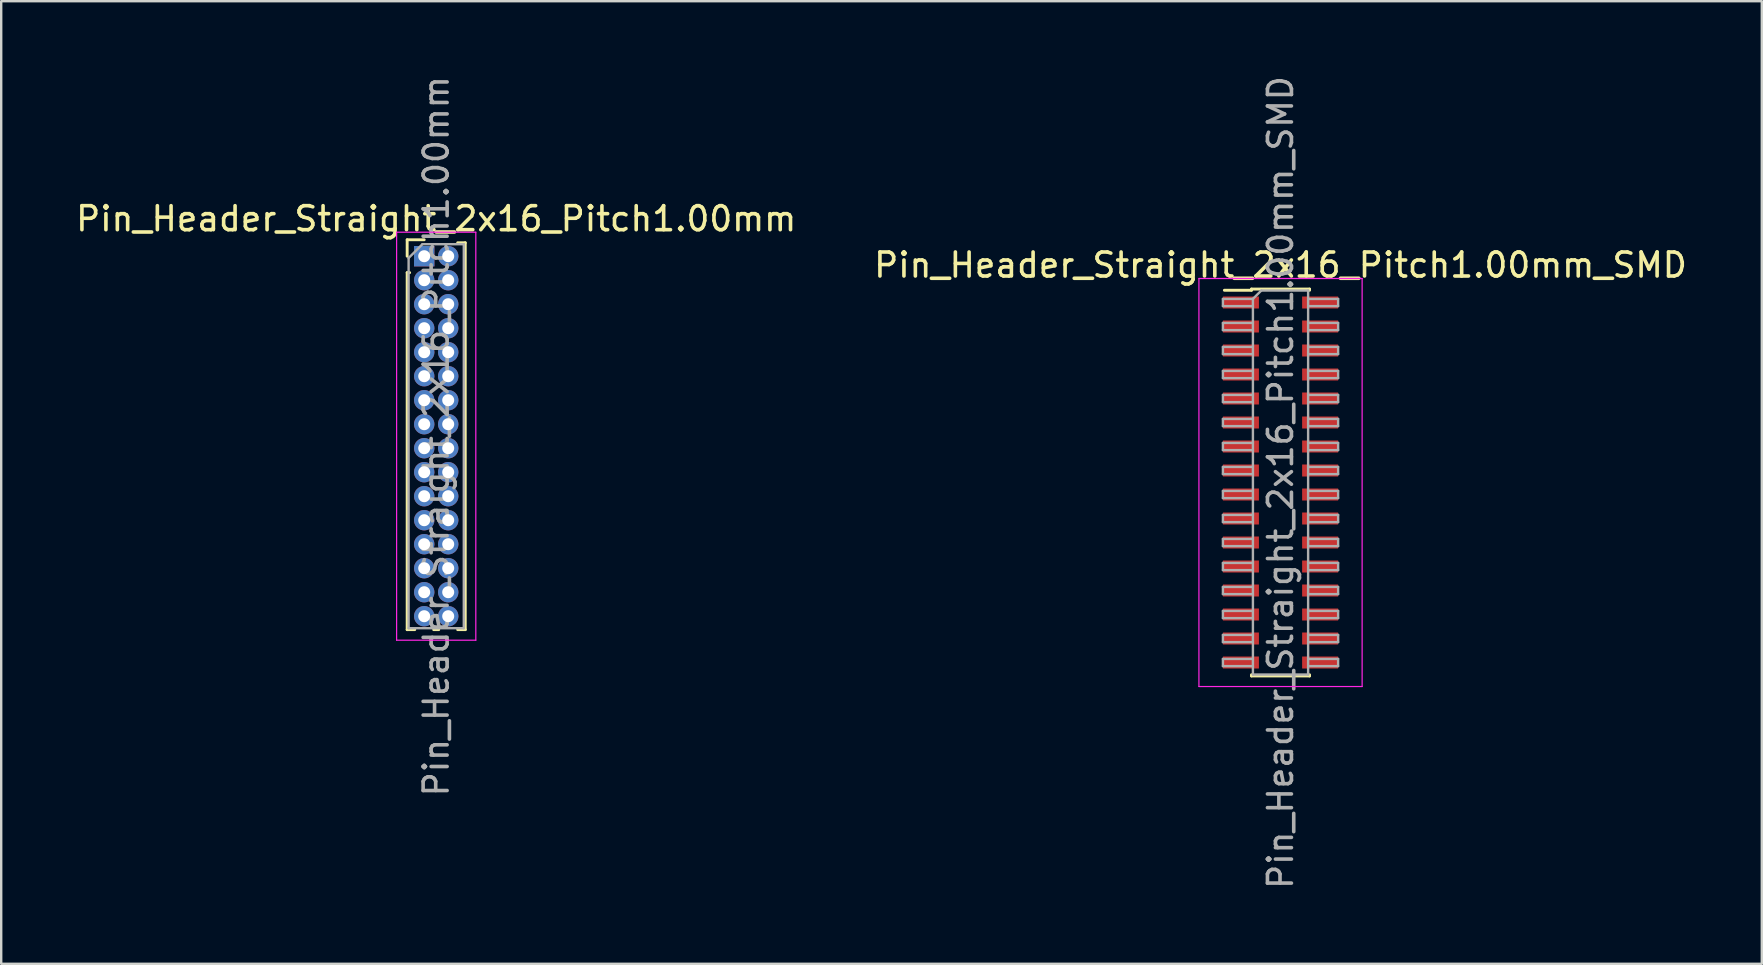
<source format=kicad_pcb>
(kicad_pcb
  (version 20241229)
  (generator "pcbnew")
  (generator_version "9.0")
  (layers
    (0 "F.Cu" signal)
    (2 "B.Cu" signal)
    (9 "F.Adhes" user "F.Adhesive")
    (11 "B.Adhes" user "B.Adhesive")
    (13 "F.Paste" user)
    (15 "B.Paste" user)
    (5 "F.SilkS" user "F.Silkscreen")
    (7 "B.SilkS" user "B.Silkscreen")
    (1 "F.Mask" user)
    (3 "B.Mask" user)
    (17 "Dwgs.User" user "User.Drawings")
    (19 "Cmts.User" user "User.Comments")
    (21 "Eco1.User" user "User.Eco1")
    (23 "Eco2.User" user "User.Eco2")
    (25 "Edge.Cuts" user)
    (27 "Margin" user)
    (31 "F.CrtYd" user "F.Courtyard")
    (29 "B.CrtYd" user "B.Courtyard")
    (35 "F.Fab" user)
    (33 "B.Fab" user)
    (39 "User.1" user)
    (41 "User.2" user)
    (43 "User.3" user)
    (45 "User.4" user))
  (footprint "Pin_Header_Straight_2x16_Pitch1.00mm"
    (layer "F.Cu")
    (at 14.625 7.625)
    (property "Reference" "Pin_Header_Straight_2x16_Pitch1.00mm" (at 0.5 -1.56 0) (layer "F.SilkS") (effects (font (size 1 1) (thickness 0.15))))
    (attr through_hole)
    (fp_line (start -0.71 -0.685) (end 0 -0.685) (stroke (width 0.12) (type solid)) (layer "F.SilkS"))
    (fp_line (start -0.71 0) (end -0.71 -0.685) (stroke (width 0.12) (type solid)) (layer "F.SilkS"))
    (fp_line (start -0.71 0.685) (end -0.71 15.56) (stroke (width 0.12) (type solid)) (layer "F.SilkS"))
    (fp_line (start -0.71 0.685) (end -0.608 0.685) (stroke (width 0.12) (type solid)) (layer "F.SilkS"))
    (fp_line (start -0.71 15.56) (end -0.394 15.56) (stroke (width 0.12) (type solid)) (layer "F.SilkS"))
    (fp_line (start 0.394 15.56) (end 0.606 15.56) (stroke (width 0.12) (type solid)) (layer "F.SilkS"))
    (fp_line (start 1.394 -0.56) (end 1.71 -0.56) (stroke (width 0.12) (type solid)) (layer "F.SilkS"))
    (fp_line (start 1.394 15.56) (end 1.71 15.56) (stroke (width 0.12) (type solid)) (layer "F.SilkS"))
    (fp_line (start 1.71 -0.56) (end 1.71 15.56) (stroke (width 0.12) (type solid)) (layer "F.SilkS"))
    (fp_line (start -1.15 -1) (end -1.15 16) (stroke (width 0.05) (type solid)) (layer "F.CrtYd"))
    (fp_line (start -1.15 16) (end 2.15 16) (stroke (width 0.05) (type solid)) (layer "F.CrtYd"))
    (fp_line (start 2.15 -1) (end -1.15 -1) (stroke (width 0.05) (type solid)) (layer "F.CrtYd"))
    (fp_line (start 2.15 16) (end 2.15 -1) (stroke (width 0.05) (type solid)) (layer "F.CrtYd"))
    (fp_line (start -0.65 0.075) (end -0.075 -0.5) (stroke (width 0.1) (type solid)) (layer "F.Fab"))
    (fp_line (start -0.65 15.5) (end -0.65 0.075) (stroke (width 0.1) (type solid)) (layer "F.Fab"))
    (fp_line (start -0.075 -0.5) (end 1.65 -0.5) (stroke (width 0.1) (type solid)) (layer "F.Fab"))
    (fp_line (start 1.65 -0.5) (end 1.65 15.5) (stroke (width 0.1) (type solid)) (layer "F.Fab"))
    (fp_line (start 1.65 15.5) (end -0.65 15.5) (stroke (width 0.1) (type solid)) (layer "F.Fab"))
    (fp_text user "${REFERENCE}" (at 0.5 7.5 90) (layer "F.Fab") (effects (font (size 1 1) (thickness 0.15))))
    (pad "1" thru_hole rect (at 0 0) (size 0.85 0.85) (drill 0.5) (layers "*.Cu" "*.Mask"))
    (pad "2" thru_hole oval (at 1 0) (size 0.85 0.85) (drill 0.5) (layers "*.Cu" "*.Mask"))
    (pad "3" thru_hole oval (at 0 1) (size 0.85 0.85) (drill 0.5) (layers "*.Cu" "*.Mask"))
    (pad "4" thru_hole oval (at 1 1) (size 0.85 0.85) (drill 0.5) (layers "*.Cu" "*.Mask"))
    (pad "5" thru_hole oval (at 0 2) (size 0.85 0.85) (drill 0.5) (layers "*.Cu" "*.Mask"))
    (pad "6" thru_hole oval (at 1 2) (size 0.85 0.85) (drill 0.5) (layers "*.Cu" "*.Mask"))
    (pad "7" thru_hole oval (at 0 3) (size 0.85 0.85) (drill 0.5) (layers "*.Cu" "*.Mask"))
    (pad "8" thru_hole oval (at 1 3) (size 0.85 0.85) (drill 0.5) (layers "*.Cu" "*.Mask"))
    (pad "9" thru_hole oval (at 0 4) (size 0.85 0.85) (drill 0.5) (layers "*.Cu" "*.Mask"))
    (pad "10" thru_hole oval (at 1 4) (size 0.85 0.85) (drill 0.5) (layers "*.Cu" "*.Mask"))
    (pad "11" thru_hole oval (at 0 5) (size 0.85 0.85) (drill 0.5) (layers "*.Cu" "*.Mask"))
    (pad "12" thru_hole oval (at 1 5) (size 0.85 0.85) (drill 0.5) (layers "*.Cu" "*.Mask"))
    (pad "13" thru_hole oval (at 0 6) (size 0.85 0.85) (drill 0.5) (layers "*.Cu" "*.Mask"))
    (pad "14" thru_hole oval (at 1 6) (size 0.85 0.85) (drill 0.5) (layers "*.Cu" "*.Mask"))
    (pad "15" thru_hole oval (at 0 7) (size 0.85 0.85) (drill 0.5) (layers "*.Cu" "*.Mask"))
    (pad "16" thru_hole oval (at 1 7) (size 0.85 0.85) (drill 0.5) (layers "*.Cu" "*.Mask"))
    (pad "17" thru_hole oval (at 0 8) (size 0.85 0.85) (drill 0.5) (layers "*.Cu" "*.Mask"))
    (pad "18" thru_hole oval (at 1 8) (size 0.85 0.85) (drill 0.5) (layers "*.Cu" "*.Mask"))
    (pad "19" thru_hole oval (at 0 9) (size 0.85 0.85) (drill 0.5) (layers "*.Cu" "*.Mask"))
    (pad "20" thru_hole oval (at 1 9) (size 0.85 0.85) (drill 0.5) (layers "*.Cu" "*.Mask"))
    (pad "21" thru_hole oval (at 0 10) (size 0.85 0.85) (drill 0.5) (layers "*.Cu" "*.Mask"))
    (pad "22" thru_hole oval (at 1 10) (size 0.85 0.85) (drill 0.5) (layers "*.Cu" "*.Mask"))
    (pad "23" thru_hole oval (at 0 11) (size 0.85 0.85) (drill 0.5) (layers "*.Cu" "*.Mask"))
    (pad "24" thru_hole oval (at 1 11) (size 0.85 0.85) (drill 0.5) (layers "*.Cu" "*.Mask"))
    (pad "25" thru_hole oval (at 0 12) (size 0.85 0.85) (drill 0.5) (layers "*.Cu" "*.Mask"))
    (pad "26" thru_hole oval (at 1 12) (size 0.85 0.85) (drill 0.5) (layers "*.Cu" "*.Mask"))
    (pad "27" thru_hole oval (at 0 13) (size 0.85 0.85) (drill 0.5) (layers "*.Cu" "*.Mask"))
    (pad "28" thru_hole oval (at 1 13) (size 0.85 0.85) (drill 0.5) (layers "*.Cu" "*.Mask"))
    (pad "29" thru_hole oval (at 0 14) (size 0.85 0.85) (drill 0.5) (layers "*.Cu" "*.Mask"))
    (pad "30" thru_hole oval (at 1 14) (size 0.85 0.85) (drill 0.5) (layers "*.Cu" "*.Mask"))
    (pad "31" thru_hole oval (at 0 15) (size 0.85 0.85) (drill 0.5) (layers "*.Cu" "*.Mask"))
    (pad "32" thru_hole oval (at 1 15) (size 0.85 0.85) (drill 0.5) (layers "*.Cu" "*.Mask")))
  (footprint "Pin_Header_Straight_2x16_Pitch1.00mm_SMD"
    (layer "F.Cu")
    (at 50.304 17.054)
    (property "Reference" "Pin_Header_Straight_2x16_Pitch1.00mm_SMD" (at 0 -9.06 0) (layer "F.SilkS") (effects (font (size 1 1) (thickness 0.15))))
    (attr smd)
    (fp_line (start -2.34 -8.01) (end -1.21 -8.01) (stroke (width 0.12) (type solid)) (layer "F.SilkS"))
    (fp_line (start -1.21 -8.06) (end -1.21 -8.01) (stroke (width 0.12) (type solid)) (layer "F.SilkS"))
    (fp_line (start -1.21 -8.06) (end 1.21 -8.06) (stroke (width 0.12) (type solid)) (layer "F.SilkS"))
    (fp_line (start -1.21 8.01) (end -1.21 8.06) (stroke (width 0.12) (type solid)) (layer "F.SilkS"))
    (fp_line (start -1.21 8.06) (end 1.21 8.06) (stroke (width 0.12) (type solid)) (layer "F.SilkS"))
    (fp_line (start 1.21 -8.06) (end 1.21 -8.01) (stroke (width 0.12) (type solid)) (layer "F.SilkS"))
    (fp_line (start 1.21 8.01) (end 1.21 8.06) (stroke (width 0.12) (type solid)) (layer "F.SilkS"))
    (fp_line (start -3.4 -8.5) (end -3.4 8.5) (stroke (width 0.05) (type solid)) (layer "F.CrtYd"))
    (fp_line (start -3.4 8.5) (end 3.4 8.5) (stroke (width 0.05) (type solid)) (layer "F.CrtYd"))
    (fp_line (start 3.4 -8.5) (end -3.4 -8.5) (stroke (width 0.05) (type solid)) (layer "F.CrtYd"))
    (fp_line (start 3.4 8.5) (end 3.4 -8.5) (stroke (width 0.05) (type solid)) (layer "F.CrtYd"))
    (fp_line (start -2.4 -7.65) (end -2.4 -7.35) (stroke (width 0.1) (type solid)) (layer "F.Fab"))
    (fp_line (start -2.4 -7.35) (end -1.15 -7.35) (stroke (width 0.1) (type solid)) (layer "F.Fab"))
    (fp_line (start -2.4 -6.65) (end -2.4 -6.35) (stroke (width 0.1) (type solid)) (layer "F.Fab"))
    (fp_line (start -2.4 -6.35) (end -1.15 -6.35) (stroke (width 0.1) (type solid)) (layer "F.Fab"))
    (fp_line (start -2.4 -5.65) (end -2.4 -5.35) (stroke (width 0.1) (type solid)) (layer "F.Fab"))
    (fp_line (start -2.4 -5.35) (end -1.15 -5.35) (stroke (width 0.1) (type solid)) (layer "F.Fab"))
    (fp_line (start -2.4 -4.65) (end -2.4 -4.35) (stroke (width 0.1) (type solid)) (layer "F.Fab"))
    (fp_line (start -2.4 -4.35) (end -1.15 -4.35) (stroke (width 0.1) (type solid)) (layer "F.Fab"))
    (fp_line (start -2.4 -3.65) (end -2.4 -3.35) (stroke (width 0.1) (type solid)) (layer "F.Fab"))
    (fp_line (start -2.4 -3.35) (end -1.15 -3.35) (stroke (width 0.1) (type solid)) (layer "F.Fab"))
    (fp_line (start -2.4 -2.65) (end -2.4 -2.35) (stroke (width 0.1) (type solid)) (layer "F.Fab"))
    (fp_line (start -2.4 -2.35) (end -1.15 -2.35) (stroke (width 0.1) (type solid)) (layer "F.Fab"))
    (fp_line (start -2.4 -1.65) (end -2.4 -1.35) (stroke (width 0.1) (type solid)) (layer "F.Fab"))
    (fp_line (start -2.4 -1.35) (end -1.15 -1.35) (stroke (width 0.1) (type solid)) (layer "F.Fab"))
    (fp_line (start -2.4 -0.65) (end -2.4 -0.35) (stroke (width 0.1) (type solid)) (layer "F.Fab"))
    (fp_line (start -2.4 -0.35) (end -1.15 -0.35) (stroke (width 0.1) (type solid)) (layer "F.Fab"))
    (fp_line (start -2.4 0.35) (end -2.4 0.65) (stroke (width 0.1) (type solid)) (layer "F.Fab"))
    (fp_line (start -2.4 0.65) (end -1.15 0.65) (stroke (width 0.1) (type solid)) (layer "F.Fab"))
    (fp_line (start -2.4 1.35) (end -2.4 1.65) (stroke (width 0.1) (type solid)) (layer "F.Fab"))
    (fp_line (start -2.4 1.65) (end -1.15 1.65) (stroke (width 0.1) (type solid)) (layer "F.Fab"))
    (fp_line (start -2.4 2.35) (end -2.4 2.65) (stroke (width 0.1) (type solid)) (layer "F.Fab"))
    (fp_line (start -2.4 2.65) (end -1.15 2.65) (stroke (width 0.1) (type solid)) (layer "F.Fab"))
    (fp_line (start -2.4 3.35) (end -2.4 3.65) (stroke (width 0.1) (type solid)) (layer "F.Fab"))
    (fp_line (start -2.4 3.65) (end -1.15 3.65) (stroke (width 0.1) (type solid)) (layer "F.Fab"))
    (fp_line (start -2.4 4.35) (end -2.4 4.65) (stroke (width 0.1) (type solid)) (layer "F.Fab"))
    (fp_line (start -2.4 4.65) (end -1.15 4.65) (stroke (width 0.1) (type solid)) (layer "F.Fab"))
    (fp_line (start -2.4 5.35) (end -2.4 5.65) (stroke (width 0.1) (type solid)) (layer "F.Fab"))
    (fp_line (start -2.4 5.65) (end -1.15 5.65) (stroke (width 0.1) (type solid)) (layer "F.Fab"))
    (fp_line (start -2.4 6.35) (end -2.4 6.65) (stroke (width 0.1) (type solid)) (layer "F.Fab"))
    (fp_line (start -2.4 6.65) (end -1.15 6.65) (stroke (width 0.1) (type solid)) (layer "F.Fab"))
    (fp_line (start -2.4 7.35) (end -2.4 7.65) (stroke (width 0.1) (type solid)) (layer "F.Fab"))
    (fp_line (start -2.4 7.65) (end -1.15 7.65) (stroke (width 0.1) (type solid)) (layer "F.Fab"))
    (fp_line (start -1.15 -7.65) (end -2.4 -7.65) (stroke (width 0.1) (type solid)) (layer "F.Fab"))
    (fp_line (start -1.15 -7.65) (end -0.8 -8) (stroke (width 0.1) (type solid)) (layer "F.Fab"))
    (fp_line (start -1.15 -6.65) (end -2.4 -6.65) (stroke (width 0.1) (type solid)) (layer "F.Fab"))
    (fp_line (start -1.15 -5.65) (end -2.4 -5.65) (stroke (width 0.1) (type solid)) (layer "F.Fab"))
    (fp_line (start -1.15 -4.65) (end -2.4 -4.65) (stroke (width 0.1) (type solid)) (layer "F.Fab"))
    (fp_line (start -1.15 -3.65) (end -2.4 -3.65) (stroke (width 0.1) (type solid)) (layer "F.Fab"))
    (fp_line (start -1.15 -2.65) (end -2.4 -2.65) (stroke (width 0.1) (type solid)) (layer "F.Fab"))
    (fp_line (start -1.15 -1.65) (end -2.4 -1.65) (stroke (width 0.1) (type solid)) (layer "F.Fab"))
    (fp_line (start -1.15 -0.65) (end -2.4 -0.65) (stroke (width 0.1) (type solid)) (layer "F.Fab"))
    (fp_line (start -1.15 0.35) (end -2.4 0.35) (stroke (width 0.1) (type solid)) (layer "F.Fab"))
    (fp_line (start -1.15 1.35) (end -2.4 1.35) (stroke (width 0.1) (type solid)) (layer "F.Fab"))
    (fp_line (start -1.15 2.35) (end -2.4 2.35) (stroke (width 0.1) (type solid)) (layer "F.Fab"))
    (fp_line (start -1.15 3.35) (end -2.4 3.35) (stroke (width 0.1) (type solid)) (layer "F.Fab"))
    (fp_line (start -1.15 4.35) (end -2.4 4.35) (stroke (width 0.1) (type solid)) (layer "F.Fab"))
    (fp_line (start -1.15 5.35) (end -2.4 5.35) (stroke (width 0.1) (type solid)) (layer "F.Fab"))
    (fp_line (start -1.15 6.35) (end -2.4 6.35) (stroke (width 0.1) (type solid)) (layer "F.Fab"))
    (fp_line (start -1.15 7.35) (end -2.4 7.35) (stroke (width 0.1) (type solid)) (layer "F.Fab"))
    (fp_line (start -1.15 8) (end -1.15 -7.65) (stroke (width 0.1) (type solid)) (layer "F.Fab"))
    (fp_line (start -0.8 -8) (end 1.15 -8) (stroke (width 0.1) (type solid)) (layer "F.Fab"))
    (fp_line (start 1.15 -8) (end 1.15 8) (stroke (width 0.1) (type solid)) (layer "F.Fab"))
    (fp_line (start 1.15 -7.65) (end 2.4 -7.65) (stroke (width 0.1) (type solid)) (layer "F.Fab"))
    (fp_line (start 1.15 -6.65) (end 2.4 -6.65) (stroke (width 0.1) (type solid)) (layer "F.Fab"))
    (fp_line (start 1.15 -5.65) (end 2.4 -5.65) (stroke (width 0.1) (type solid)) (layer "F.Fab"))
    (fp_line (start 1.15 -4.65) (end 2.4 -4.65) (stroke (width 0.1) (type solid)) (layer "F.Fab"))
    (fp_line (start 1.15 -3.65) (end 2.4 -3.65) (stroke (width 0.1) (type solid)) (layer "F.Fab"))
    (fp_line (start 1.15 -2.65) (end 2.4 -2.65) (stroke (width 0.1) (type solid)) (layer "F.Fab"))
    (fp_line (start 1.15 -1.65) (end 2.4 -1.65) (stroke (width 0.1) (type solid)) (layer "F.Fab"))
    (fp_line (start 1.15 -0.65) (end 2.4 -0.65) (stroke (width 0.1) (type solid)) (layer "F.Fab"))
    (fp_line (start 1.15 0.35) (end 2.4 0.35) (stroke (width 0.1) (type solid)) (layer "F.Fab"))
    (fp_line (start 1.15 1.35) (end 2.4 1.35) (stroke (width 0.1) (type solid)) (layer "F.Fab"))
    (fp_line (start 1.15 2.35) (end 2.4 2.35) (stroke (width 0.1) (type solid)) (layer "F.Fab"))
    (fp_line (start 1.15 3.35) (end 2.4 3.35) (stroke (width 0.1) (type solid)) (layer "F.Fab"))
    (fp_line (start 1.15 4.35) (end 2.4 4.35) (stroke (width 0.1) (type solid)) (layer "F.Fab"))
    (fp_line (start 1.15 5.35) (end 2.4 5.35) (stroke (width 0.1) (type solid)) (layer "F.Fab"))
    (fp_line (start 1.15 6.35) (end 2.4 6.35) (stroke (width 0.1) (type solid)) (layer "F.Fab"))
    (fp_line (start 1.15 7.35) (end 2.4 7.35) (stroke (width 0.1) (type solid)) (layer "F.Fab"))
    (fp_line (start 1.15 8) (end -1.15 8) (stroke (width 0.1) (type solid)) (layer "F.Fab"))
    (fp_line (start 2.4 -7.65) (end 2.4 -7.35) (stroke (width 0.1) (type solid)) (layer "F.Fab"))
    (fp_line (start 2.4 -7.35) (end 1.15 -7.35) (stroke (width 0.1) (type solid)) (layer "F.Fab"))
    (fp_line (start 2.4 -6.65) (end 2.4 -6.35) (stroke (width 0.1) (type solid)) (layer "F.Fab"))
    (fp_line (start 2.4 -6.35) (end 1.15 -6.35) (stroke (width 0.1) (type solid)) (layer "F.Fab"))
    (fp_line (start 2.4 -5.65) (end 2.4 -5.35) (stroke (width 0.1) (type solid)) (layer "F.Fab"))
    (fp_line (start 2.4 -5.35) (end 1.15 -5.35) (stroke (width 0.1) (type solid)) (layer "F.Fab"))
    (fp_line (start 2.4 -4.65) (end 2.4 -4.35) (stroke (width 0.1) (type solid)) (layer "F.Fab"))
    (fp_line (start 2.4 -4.35) (end 1.15 -4.35) (stroke (width 0.1) (type solid)) (layer "F.Fab"))
    (fp_line (start 2.4 -3.65) (end 2.4 -3.35) (stroke (width 0.1) (type solid)) (layer "F.Fab"))
    (fp_line (start 2.4 -3.35) (end 1.15 -3.35) (stroke (width 0.1) (type solid)) (layer "F.Fab"))
    (fp_line (start 2.4 -2.65) (end 2.4 -2.35) (stroke (width 0.1) (type solid)) (layer "F.Fab"))
    (fp_line (start 2.4 -2.35) (end 1.15 -2.35) (stroke (width 0.1) (type solid)) (layer "F.Fab"))
    (fp_line (start 2.4 -1.65) (end 2.4 -1.35) (stroke (width 0.1) (type solid)) (layer "F.Fab"))
    (fp_line (start 2.4 -1.35) (end 1.15 -1.35) (stroke (width 0.1) (type solid)) (layer "F.Fab"))
    (fp_line (start 2.4 -0.65) (end 2.4 -0.35) (stroke (width 0.1) (type solid)) (layer "F.Fab"))
    (fp_line (start 2.4 -0.35) (end 1.15 -0.35) (stroke (width 0.1) (type solid)) (layer "F.Fab"))
    (fp_line (start 2.4 0.35) (end 2.4 0.65) (stroke (width 0.1) (type solid)) (layer "F.Fab"))
    (fp_line (start 2.4 0.65) (end 1.15 0.65) (stroke (width 0.1) (type solid)) (layer "F.Fab"))
    (fp_line (start 2.4 1.35) (end 2.4 1.65) (stroke (width 0.1) (type solid)) (layer "F.Fab"))
    (fp_line (start 2.4 1.65) (end 1.15 1.65) (stroke (width 0.1) (type solid)) (layer "F.Fab"))
    (fp_line (start 2.4 2.35) (end 2.4 2.65) (stroke (width 0.1) (type solid)) (layer "F.Fab"))
    (fp_line (start 2.4 2.65) (end 1.15 2.65) (stroke (width 0.1) (type solid)) (layer "F.Fab"))
    (fp_line (start 2.4 3.35) (end 2.4 3.65) (stroke (width 0.1) (type solid)) (layer "F.Fab"))
    (fp_line (start 2.4 3.65) (end 1.15 3.65) (stroke (width 0.1) (type solid)) (layer "F.Fab"))
    (fp_line (start 2.4 4.35) (end 2.4 4.65) (stroke (width 0.1) (type solid)) (layer "F.Fab"))
    (fp_line (start 2.4 4.65) (end 1.15 4.65) (stroke (width 0.1) (type solid)) (layer "F.Fab"))
    (fp_line (start 2.4 5.35) (end 2.4 5.65) (stroke (width 0.1) (type solid)) (layer "F.Fab"))
    (fp_line (start 2.4 5.65) (end 1.15 5.65) (stroke (width 0.1) (type solid)) (layer "F.Fab"))
    (fp_line (start 2.4 6.35) (end 2.4 6.65) (stroke (width 0.1) (type solid)) (layer "F.Fab"))
    (fp_line (start 2.4 6.65) (end 1.15 6.65) (stroke (width 0.1) (type solid)) (layer "F.Fab"))
    (fp_line (start 2.4 7.35) (end 2.4 7.65) (stroke (width 0.1) (type solid)) (layer "F.Fab"))
    (fp_line (start 2.4 7.65) (end 1.15 7.65) (stroke (width 0.1) (type solid)) (layer "F.Fab"))
    (fp_text user "${REFERENCE}" (at 0 0 90) (layer "F.Fab") (effects (font (size 1 1) (thickness 0.15))))
    (pad "1" smd rect (at -1.65 -7.5) (size 1.5 0.5) (layers "F.Cu" "F.Mask" "F.Paste"))
    (pad "2" smd rect (at 1.65 -7.5) (size 1.5 0.5) (layers "F.Cu" "F.Mask" "F.Paste"))
    (pad "3" smd rect (at -1.65 -6.5) (size 1.5 0.5) (layers "F.Cu" "F.Mask" "F.Paste"))
    (pad "4" smd rect (at 1.65 -6.5) (size 1.5 0.5) (layers "F.Cu" "F.Mask" "F.Paste"))
    (pad "5" smd rect (at -1.65 -5.5) (size 1.5 0.5) (layers "F.Cu" "F.Mask" "F.Paste"))
    (pad "6" smd rect (at 1.65 -5.5) (size 1.5 0.5) (layers "F.Cu" "F.Mask" "F.Paste"))
    (pad "7" smd rect (at -1.65 -4.5) (size 1.5 0.5) (layers "F.Cu" "F.Mask" "F.Paste"))
    (pad "8" smd rect (at 1.65 -4.5) (size 1.5 0.5) (layers "F.Cu" "F.Mask" "F.Paste"))
    (pad "9" smd rect (at -1.65 -3.5) (size 1.5 0.5) (layers "F.Cu" "F.Mask" "F.Paste"))
    (pad "10" smd rect (at 1.65 -3.5) (size 1.5 0.5) (layers "F.Cu" "F.Mask" "F.Paste"))
    (pad "11" smd rect (at -1.65 -2.5) (size 1.5 0.5) (layers "F.Cu" "F.Mask" "F.Paste"))
    (pad "12" smd rect (at 1.65 -2.5) (size 1.5 0.5) (layers "F.Cu" "F.Mask" "F.Paste"))
    (pad "13" smd rect (at -1.65 -1.5) (size 1.5 0.5) (layers "F.Cu" "F.Mask" "F.Paste"))
    (pad "14" smd rect (at 1.65 -1.5) (size 1.5 0.5) (layers "F.Cu" "F.Mask" "F.Paste"))
    (pad "15" smd rect (at -1.65 -0.5) (size 1.5 0.5) (layers "F.Cu" "F.Mask" "F.Paste"))
    (pad "16" smd rect (at 1.65 -0.5) (size 1.5 0.5) (layers "F.Cu" "F.Mask" "F.Paste"))
    (pad "17" smd rect (at -1.65 0.5) (size 1.5 0.5) (layers "F.Cu" "F.Mask" "F.Paste"))
    (pad "18" smd rect (at 1.65 0.5) (size 1.5 0.5) (layers "F.Cu" "F.Mask" "F.Paste"))
    (pad "19" smd rect (at -1.65 1.5) (size 1.5 0.5) (layers "F.Cu" "F.Mask" "F.Paste"))
    (pad "20" smd rect (at 1.65 1.5) (size 1.5 0.5) (layers "F.Cu" "F.Mask" "F.Paste"))
    (pad "21" smd rect (at -1.65 2.5) (size 1.5 0.5) (layers "F.Cu" "F.Mask" "F.Paste"))
    (pad "22" smd rect (at 1.65 2.5) (size 1.5 0.5) (layers "F.Cu" "F.Mask" "F.Paste"))
    (pad "23" smd rect (at -1.65 3.5) (size 1.5 0.5) (layers "F.Cu" "F.Mask" "F.Paste"))
    (pad "24" smd rect (at 1.65 3.5) (size 1.5 0.5) (layers "F.Cu" "F.Mask" "F.Paste"))
    (pad "25" smd rect (at -1.65 4.5) (size 1.5 0.5) (layers "F.Cu" "F.Mask" "F.Paste"))
    (pad "26" smd rect (at 1.65 4.5) (size 1.5 0.5) (layers "F.Cu" "F.Mask" "F.Paste"))
    (pad "27" smd rect (at -1.65 5.5) (size 1.5 0.5) (layers "F.Cu" "F.Mask" "F.Paste"))
    (pad "28" smd rect (at 1.65 5.5) (size 1.5 0.5) (layers "F.Cu" "F.Mask" "F.Paste"))
    (pad "29" smd rect (at -1.65 6.5) (size 1.5 0.5) (layers "F.Cu" "F.Mask" "F.Paste"))
    (pad "30" smd rect (at 1.65 6.5) (size 1.5 0.5) (layers "F.Cu" "F.Mask" "F.Paste"))
    (pad "31" smd rect (at -1.65 7.5) (size 1.5 0.5) (layers "F.Cu" "F.Mask" "F.Paste"))
    (pad "32" smd rect (at 1.65 7.5) (size 1.5 0.5) (layers "F.Cu" "F.Mask" "F.Paste")))
  (gr_rect
    (start -3 -3)
    (end 70.357 37.107)
    (stroke (width 0.1) (type default))
    (fill no)
    (layer "Edge.Cuts")))
</source>
